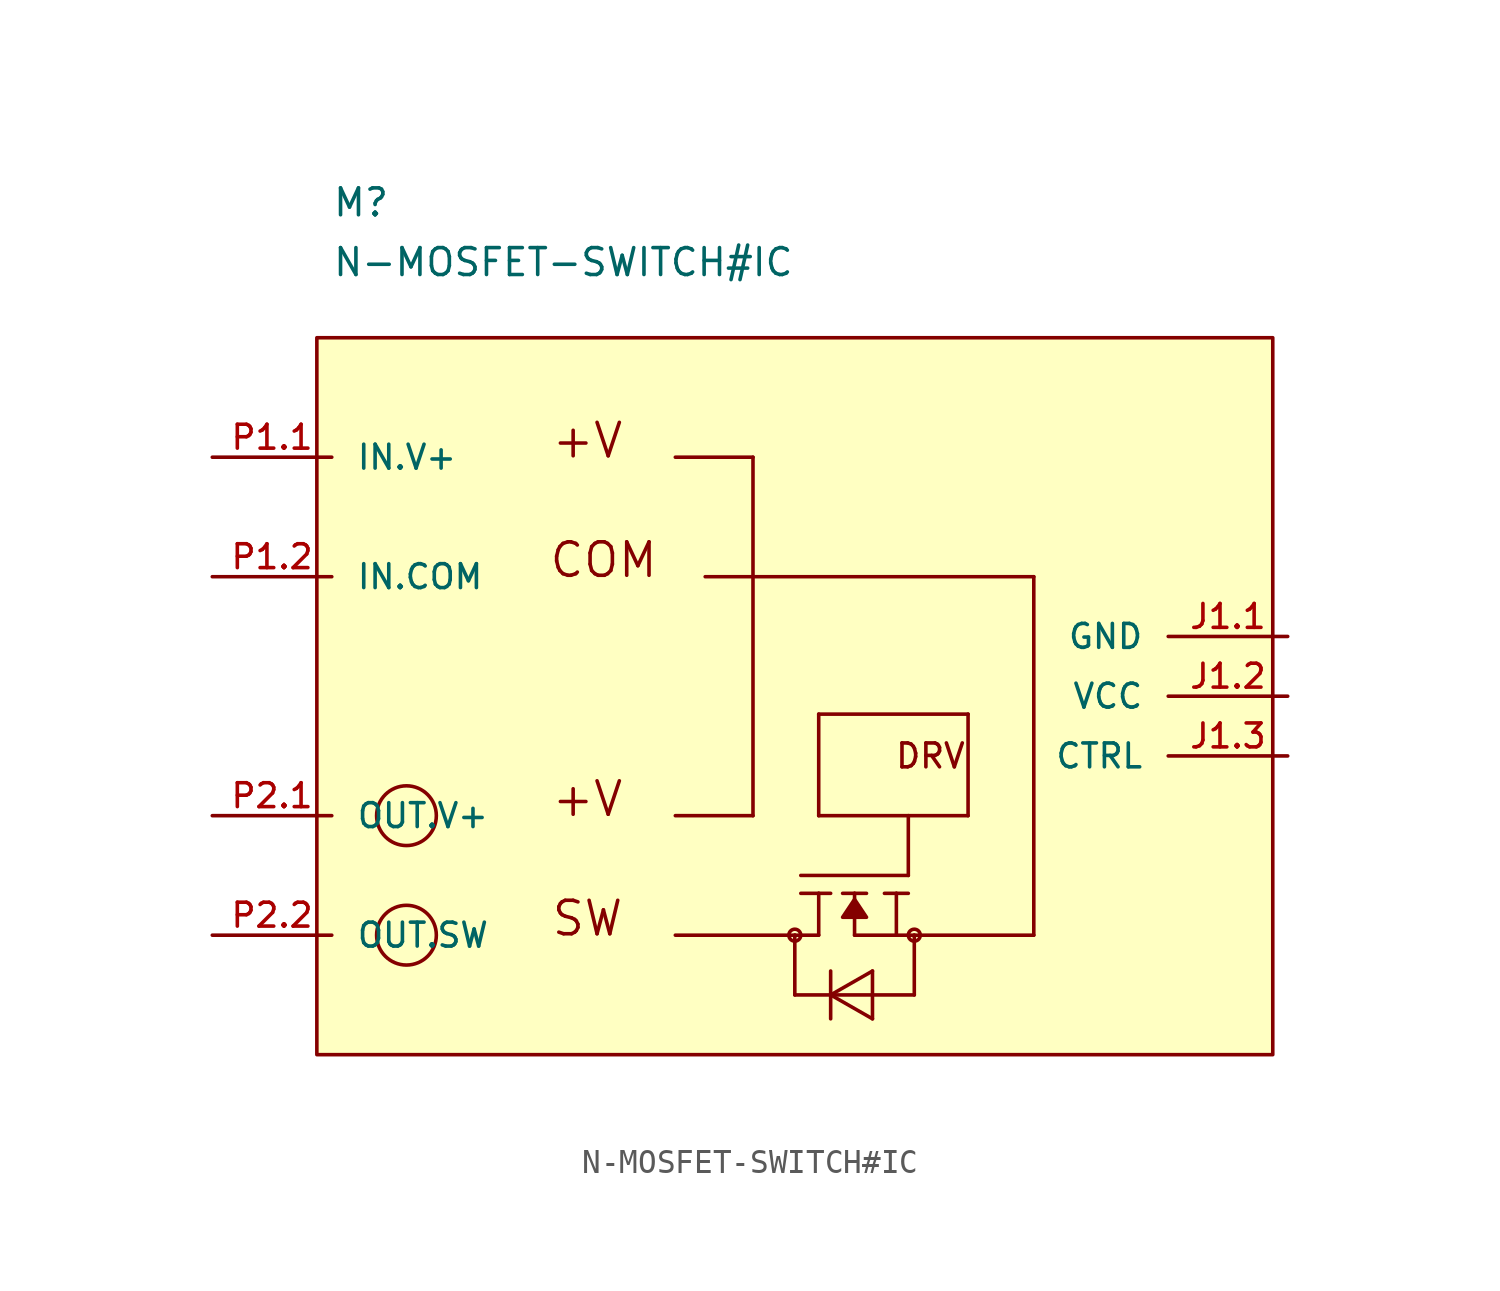
<source format=kicad_sym>
(kicad_symbol_lib
  (version 20231120)
  (generator "kicad_symbol_editor")
  (generator_version "8.0")
  (symbol "N-MOSFET-SWITCH#IC"
    (pin_names
      (offset 1.016))
    (property "Reference" "M"
      (at -20.32 20.32 0)
      (effects (font (size 1.143 1.143)) (justify left bottom)))
    (property "Value" "N-MOSFET-SWITCH#IC"
      (at -20.32 17.78 0)
      (effects (font (size 1.143 1.143)) (justify left bottom)))
    (property "ki_locked" ""
      (at 0 0 0)
      (effects (font (size 1.27 1.27))))
    (symbol "N-MOSFET-SWITCH#IC_1_0"
      (polyline (pts (xy -5.715 -10.16) (xy -0.635 -10.16)) (stroke (width 0) (type default)) (fill (type none)))
      (polyline (pts (xy -5.715 10.16) (xy -2.413 10.16)) (stroke (width 0) (type default)) (fill (type none)))
      (polyline (pts (xy -2.413 -5.08) (xy -5.715 -5.08)) (stroke (width 0) (type default)) (fill (type none)))
      (polyline (pts (xy -2.413 10.16) (xy -2.413 -5.08)) (stroke (width 0) (type default)) (fill (type none)))
      (polyline (pts (xy -0.635 -12.7) (xy 0.889 -12.7)) (stroke (width 0) (type default)) (fill (type none)))
      (polyline (pts (xy -0.635 -10.16) (xy -0.635 -12.7)) (stroke (width 0) (type default)) (fill (type none)))
      (polyline (pts (xy -0.635 -10.16) (xy 0.381 -10.16)) (stroke (width 0) (type default)) (fill (type none)))
      (polyline (pts (xy -0.381 -8.382) (xy 0.381 -8.382)) (stroke (width 0) (type default)) (fill (type none)))
      (polyline (pts (xy -0.381 -7.62) (xy 4.191 -7.62)) (stroke (width 0) (type default)) (fill (type none)))
      (polyline (pts (xy 0.381 -10.16) (xy 0.381 -8.382)) (stroke (width 0) (type default)) (fill (type none)))
      (polyline (pts (xy 0.381 -8.382) (xy 0.889 -8.382)) (stroke (width 0) (type default)) (fill (type none)))
      (polyline (pts (xy 0.381 -5.08) (xy 0.381 -0.762)) (stroke (width 0) (type default)) (fill (type none)))
      (polyline (pts (xy 0.381 -0.762) (xy 6.731 -0.762)) (stroke (width 0) (type default)) (fill (type none)))
      (polyline (pts (xy 0.889 -13.716) (xy 0.889 -12.7)) (stroke (width 0) (type default)) (fill (type none)))
      (polyline (pts (xy 0.889 -12.7) (xy 0.889 -11.684)) (stroke (width 0) (type default)) (fill (type none)))
      (polyline (pts (xy 0.889 -12.7) (xy 2.667 -11.684)) (stroke (width 0) (type default)) (fill (type none)))
      (polyline (pts (xy 0.889 -12.7) (xy 4.445 -12.7)) (stroke (width 0) (type default)) (fill (type none)))
      (polyline (pts (xy 1.397 -8.382) (xy 1.905 -8.382)) (stroke (width 0) (type default)) (fill (type none)))
      (polyline (pts (xy 1.905 -10.16) (xy 3.683 -10.16)) (stroke (width 0) (type default)) (fill (type none)))
      (polyline (pts (xy 1.905 -8.382) (xy 1.905 -10.16)) (stroke (width 0) (type default)) (fill (type none)))
      (polyline (pts (xy 1.905 -8.382) (xy 2.413 -8.382)) (stroke (width 0) (type default)) (fill (type none)))
      (polyline (pts (xy 2.667 -13.716) (xy 0.889 -12.7)) (stroke (width 0) (type default)) (fill (type none)))
      (polyline (pts (xy 2.667 -11.684) (xy 2.667 -13.716)) (stroke (width 0) (type default)) (fill (type none)))
      (polyline (pts (xy 3.175 -8.382) (xy 3.683 -8.382)) (stroke (width 0) (type default)) (fill (type none)))
      (polyline (pts (xy 3.683 -10.16) (xy 4.445 -10.16)) (stroke (width 0) (type default)) (fill (type none)))
      (polyline (pts (xy 3.683 -8.382) (xy 3.683 -10.16)) (stroke (width 0) (type default)) (fill (type none)))
      (polyline (pts (xy 3.683 -8.382) (xy 4.191 -8.382)) (stroke (width 0) (type default)) (fill (type none)))
      (polyline (pts (xy 4.191 -7.62) (xy 4.191 -5.08)) (stroke (width 0) (type default)) (fill (type none)))
      (polyline (pts (xy 4.191 -5.08) (xy 0.381 -5.08)) (stroke (width 0) (type default)) (fill (type none)))
      (polyline (pts (xy 4.445 -12.7) (xy 4.445 -10.16)) (stroke (width 0) (type default)) (fill (type none)))
      (polyline (pts (xy 4.445 -10.16) (xy 9.525 -10.16)) (stroke (width 0) (type default)) (fill (type none)))
      (polyline (pts (xy 6.731 -5.08) (xy 4.191 -5.08)) (stroke (width 0) (type default)) (fill (type none)))
      (polyline (pts (xy 6.731 -0.762) (xy 6.731 -5.08)) (stroke (width 0) (type default)) (fill (type none)))
      (polyline (pts (xy 9.525 -10.16) (xy 9.525 5.08)) (stroke (width 0) (type default)) (fill (type none)))
      (polyline (pts (xy 9.525 5.08) (xy -4.445 5.08)) (stroke (width 0) (type default)) (fill (type none)))
      (text "+V" (at -9.449 -4.369 0) (effects (font (size 1.422 1.422))))
      (text "+V" (at -9.449 10.871 0) (effects (font (size 1.422 1.422))))
      (text "COM" (at -8.763 5.791 0) (effects (font (size 1.422 1.422))))
      (text "DRV" (at 5.131 -2.54 0) (effects (font (size 1.016 1.016))))
      (text "SW" (at -9.449 -9.449 0) (effects (font (size 1.422 1.422)))))
    (symbol "N-MOSFET-SWITCH#IC_1_1"
      (rectangle (start -20.955 15.24) (end 19.685 -15.24) (stroke (width 0) (type default)) (fill (type background)))
      (circle (center -17.145 -10.16) (radius 1.27) (stroke (width 0) (type default)) (fill (type none)))
      (circle (center -17.145 -5.08) (radius 1.27) (stroke (width 0) (type default)) (fill (type none)))
      (circle (center -0.635 -10.16) (radius 0.254) (stroke (width 0) (type default)) (fill (type none)))
      (polyline (pts (xy 1.905 -8.636) (xy 2.413 -9.398) (xy 2.413 -9.398) (xy 1.397 -9.398) (xy 1.397 -9.398) (xy 1.905 -8.636)) (stroke (width 0) (type default)) (fill (type outline)))
      (circle (center 4.445 -10.16) (radius 0.254) (stroke (width 0) (type default)) (fill (type none)))
      (pin power_in line (at 20.32 2.54 180) (length 5.08) (name "GND" (effects (font (size 1.016 1.016)))) (number "J1.1" (effects (font (size 1.016 1.016)))))
      (pin power_in line (at 20.32 0 180) (length 5.08) (name "VCC" (effects (font (size 1.016 1.016)))) (number "J1.2" (effects (font (size 1.016 1.016)))))
      (pin bidirectional line (at 20.32 -2.54 180) (length 5.08) (name "CTRL" (effects (font (size 1.016 1.016)))) (number "J1.3" (effects (font (size 1.016 1.016)))))
      (pin power_in line (at -25.4 10.16 0) (length 5.08) (name "IN.V+" (effects (font (size 1.016 1.016)))) (number "P1.1" (effects (font (size 1.016 1.016)))))
      (pin power_in line (at -25.4 5.08 0) (length 5.08) (name "IN.COM" (effects (font (size 1.016 1.016)))) (number "P1.2" (effects (font (size 1.016 1.016)))))
      (pin power_in line (at -25.4 -5.08 0) (length 5.08) (name "OUT.V+" (effects (font (size 1.016 1.016)))) (number "P2.1" (effects (font (size 1.016 1.016)))))
      (pin power_in line (at -25.4 -10.16 0) (length 5.08) (name "OUT.SW" (effects (font (size 1.016 1.016)))) (number "P2.2" (effects (font (size 1.016 1.016))))))))
</source>
